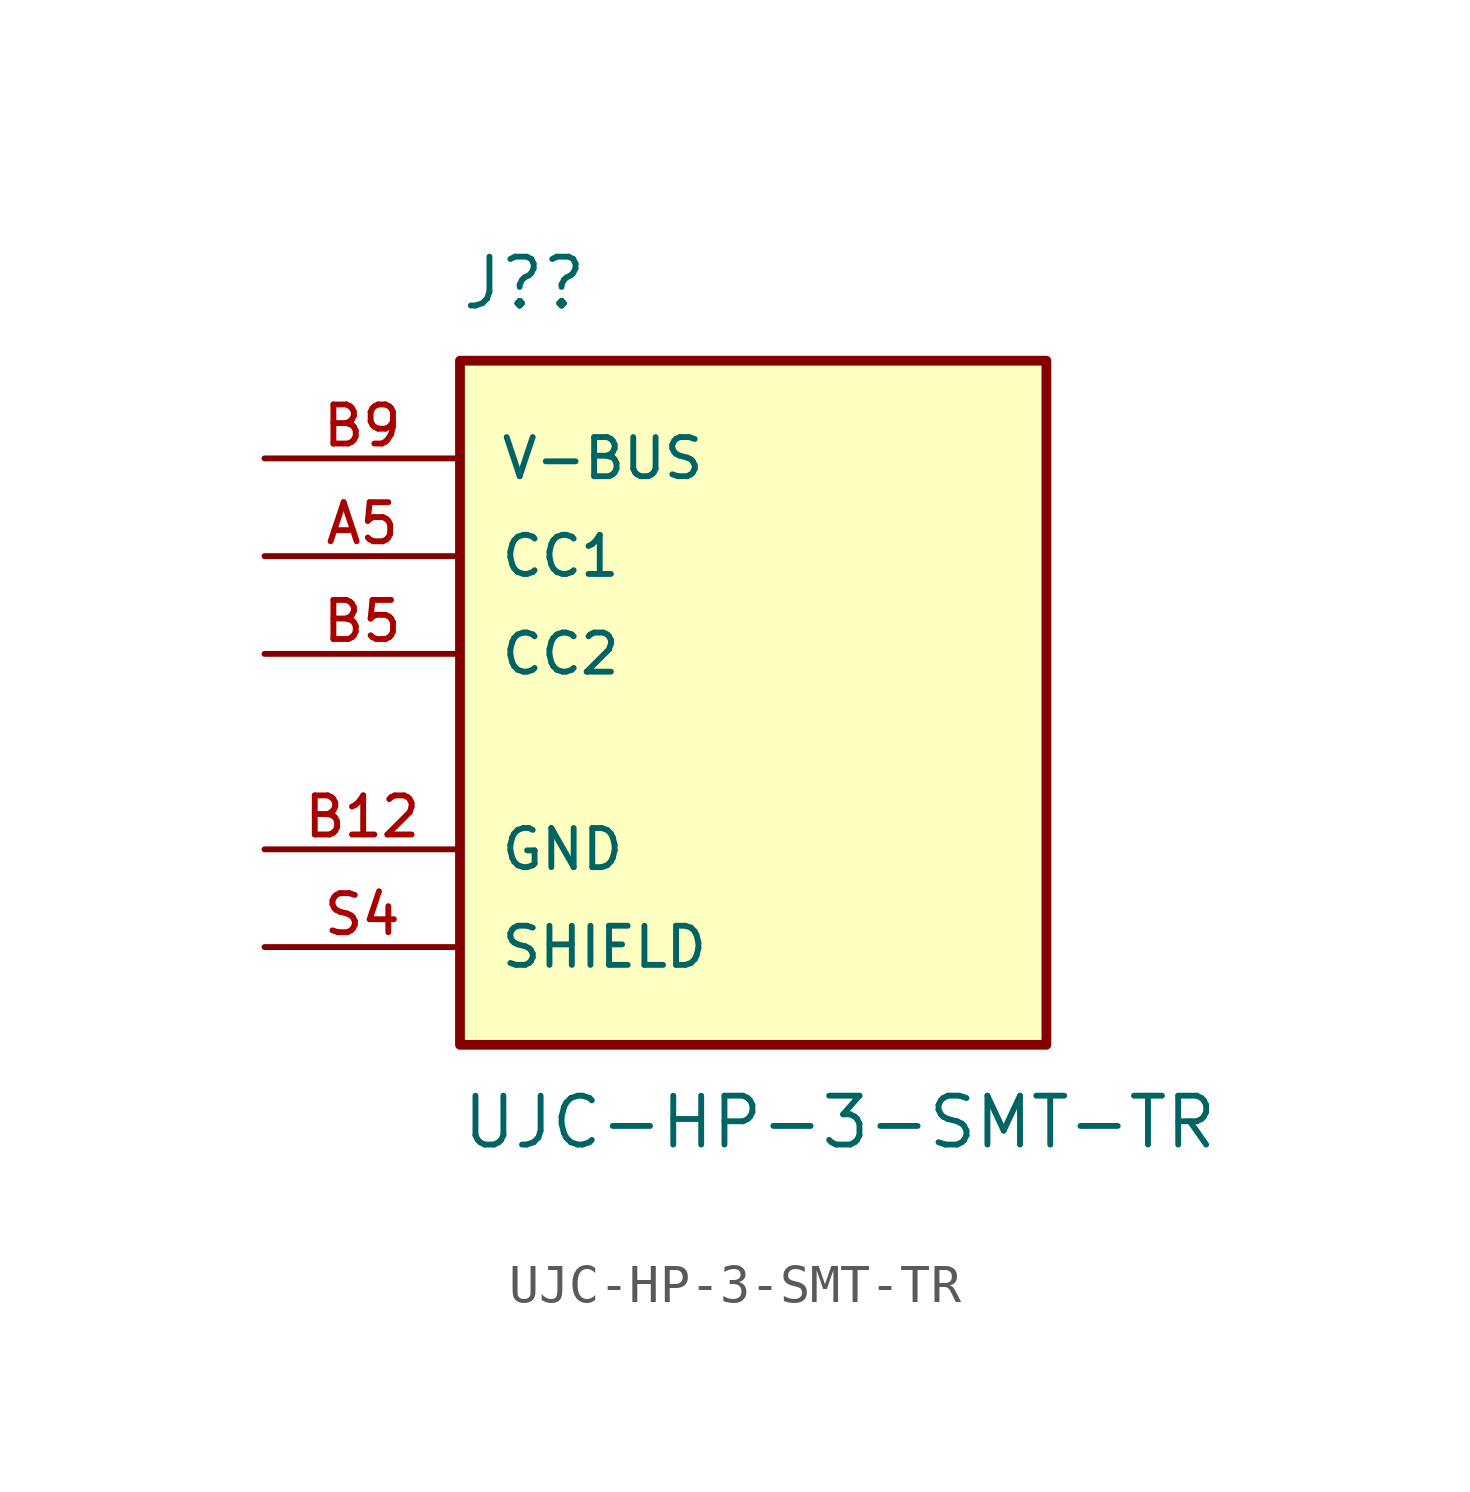
<source format=kicad_sym>
(kicad_symbol_lib
  (version 20220914)
  (generator kicad_symbol_editor)
  (symbol "UJC-HP-3-SMT-TR"
    (pin_names
      (offset 1.016))
    (property "Reference" "J?"
      (at -7.62 8.89 0)
      (effects (font (size 1.27 1.27)) (justify left bottom)))
    (property "Value" "UJC-HP-3-SMT-TR"
      (at -7.62 -11.43 0)
      (effects (font (size 1.27 1.27)) (justify left top)))
    (symbol "UJC-HP-3-SMT-TR_0_0"
      (rectangle (start -7.62 -10.16) (end 7.62 7.62) (stroke (width 0.254) (type default)) (fill (type background)))
      (pin bidirectional line (at -12.7 2.54 0) (length 5.08) (name "CC1" (effects (font (size 1.016 1.016)))) (number "A5" (effects (font (size 1.016 1.016)))))
      (pin power_in line (at -12.7 -5.08 0) (length 5.08) (name "GND" (effects (font (size 1.016 1.016)))) (number "B12" (effects (font (size 1.016 1.016)))))
      (pin bidirectional line (at -12.7 0 0) (length 5.08) (name "CC2" (effects (font (size 1.016 1.016)))) (number "B5" (effects (font (size 1.016 1.016)))))
      (pin power_in line (at -12.7 5.08 0) (length 5.08) (name "V-BUS" (effects (font (size 1.016 1.016)))) (number "B9" (effects (font (size 1.016 1.016)))))
      (pin passive line (at -12.7 -7.62 0) (length 5.08) (name "SHIELD" (effects (font (size 1.016 1.016)))) (number "S4" (effects (font (size 1.016 1.016))))))
    (symbol "UJC-HP-3-SMT-TR_1_0"
      (pin power_in line (at -12.7 -5.08 0) (length 5.08) hide (name "GND" (effects (font (size 1.016 1.016)))) (number "A12" (effects (font (size 1.016 1.016)))))
      (pin power_in line (at -12.7 5.08 0) (length 5.08) hide (name "V-BUS" (effects (font (size 1.016 1.016)))) (number "A9" (effects (font (size 1.016 1.016)))))
      (pin passive line (at -12.7 -7.62 0) (length 5.08) hide (name "SHIELD" (effects (font (size 1.016 1.016)))) (number "S1" (effects (font (size 1.016 1.016)))))
      (pin passive line (at -12.7 -7.62 0) (length 5.08) hide (name "SHIELD" (effects (font (size 1.016 1.016)))) (number "S2" (effects (font (size 1.016 1.016)))))
      (pin passive line (at -12.7 -7.62 0) (length 5.08) hide (name "SHIELD" (effects (font (size 1.016 1.016)))) (number "S3" (effects (font (size 1.016 1.016))))))))
</source>
